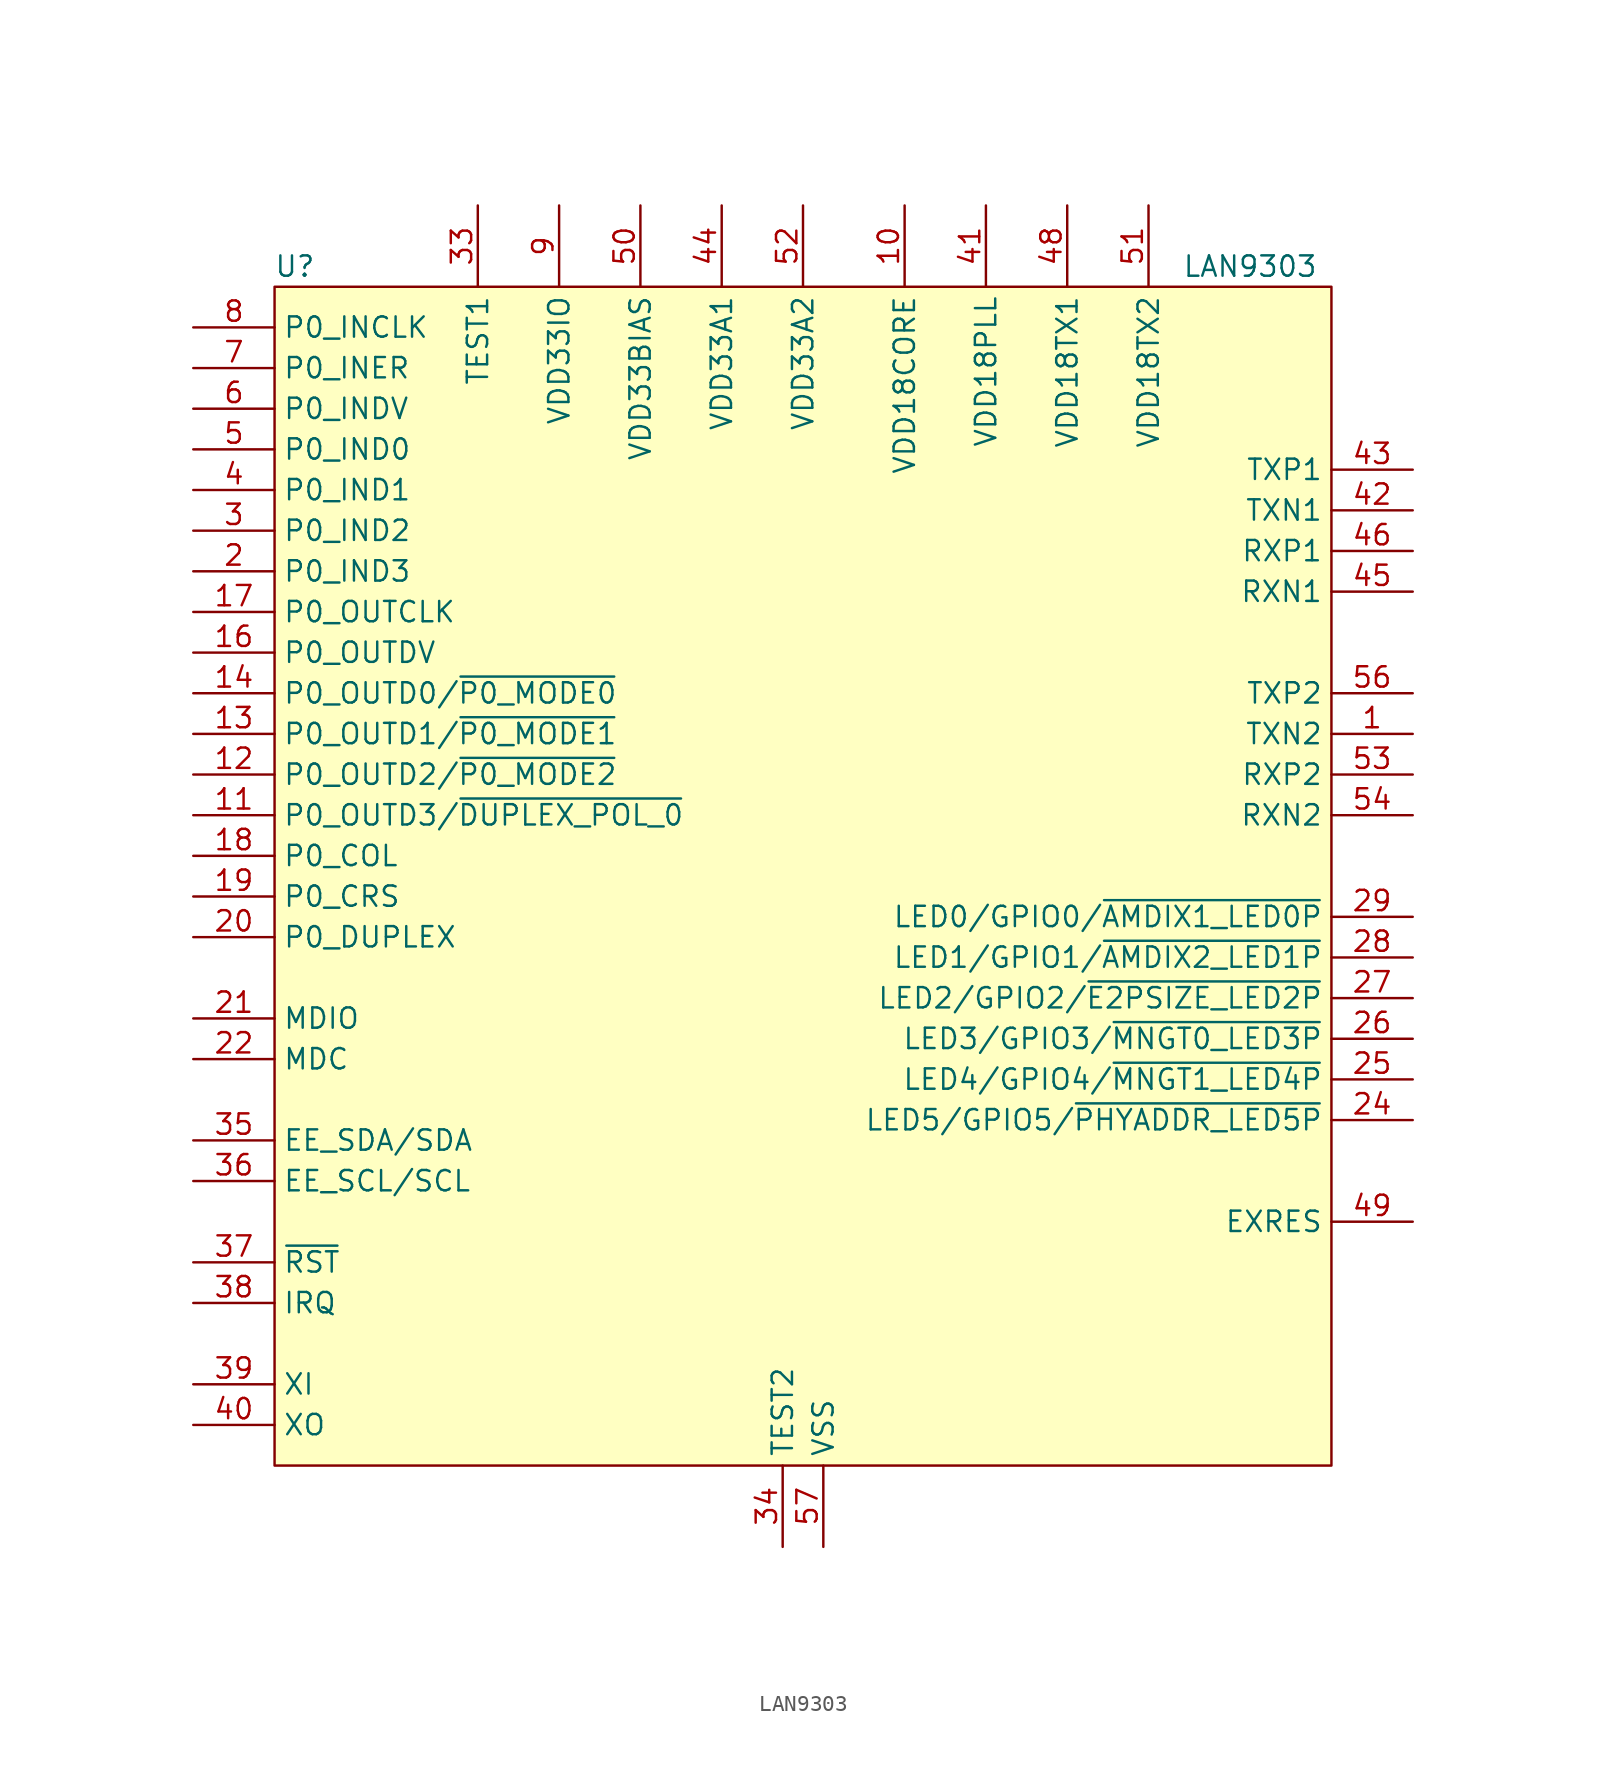
<source format=kicad_sym>
(kicad_symbol_lib
  (version 20231120)
  (generator "kicad_symbol_editor")
  (generator_version "8.0")
  (symbol "LAN9303"
    (property "Reference" "U"
      (at -31.75 38.1 0)
      (effects (font (size 1.27 1.27))))
    (property "Value" "LAN9303"
      (at 27.94 38.1 0)
      (effects (font (size 1.27 1.27))))
    (symbol "LAN9303_1_1"
      (rectangle (start -33.02 36.83) (end 33.02 -36.83) (stroke (width 0) (type default)) (fill (type background)))
      (pin passive line (at 38.1 8.89 180) (length 5.08) (name "TXN2" (effects (font (size 1.27 1.27)))) (number "1" (effects (font (size 1.27 1.27)))))
      (pin passive line (at 6.35 41.91 270) (length 5.08) (name "VDD18CORE" (effects (font (size 1.27 1.27)))) (number "10" (effects (font (size 1.27 1.27)))))
      (pin passive line (at -38.1 3.81 0) (length 5.08) (name "P0_OUTD3/~{DUPLEX_POL_0}" (effects (font (size 1.27 1.27)))) (number "11" (effects (font (size 1.27 1.27)))))
      (pin passive line (at -38.1 6.35 0) (length 5.08) (name "P0_OUTD2/~{P0_MODE2}" (effects (font (size 1.27 1.27)))) (number "12" (effects (font (size 1.27 1.27)))))
      (pin passive line (at -38.1 8.89 0) (length 5.08) (name "P0_OUTD1/~{P0_MODE1}" (effects (font (size 1.27 1.27)))) (number "13" (effects (font (size 1.27 1.27)))))
      (pin passive line (at -38.1 11.43 0) (length 5.08) (name "P0_OUTD0/~{P0_MODE0}" (effects (font (size 1.27 1.27)))) (number "14" (effects (font (size 1.27 1.27)))))
      (pin passive line (at -15.24 41.91 270) (length 5.08) hide (name "VDD33IO" (effects (font (size 1.27 1.27)))) (number "15" (effects (font (size 1.27 1.27)))))
      (pin passive line (at -38.1 13.97 0) (length 5.08) (name "P0_OUTDV" (effects (font (size 1.27 1.27)))) (number "16" (effects (font (size 1.27 1.27)))))
      (pin passive line (at -38.1 16.51 0) (length 5.08) (name "P0_OUTCLK" (effects (font (size 1.27 1.27)))) (number "17" (effects (font (size 1.27 1.27)))))
      (pin passive line (at -38.1 1.27 0) (length 5.08) (name "P0_COL" (effects (font (size 1.27 1.27)))) (number "18" (effects (font (size 1.27 1.27)))))
      (pin passive line (at -38.1 -1.27 0) (length 5.08) (name "P0_CRS" (effects (font (size 1.27 1.27)))) (number "19" (effects (font (size 1.27 1.27)))))
      (pin passive line (at -38.1 19.05 0) (length 5.08) (name "P0_IND3" (effects (font (size 1.27 1.27)))) (number "2" (effects (font (size 1.27 1.27)))))
      (pin passive line (at -38.1 -3.81 0) (length 5.08) (name "P0_DUPLEX" (effects (font (size 1.27 1.27)))) (number "20" (effects (font (size 1.27 1.27)))))
      (pin passive line (at -38.1 -8.89 0) (length 5.08) (name "MDIO" (effects (font (size 1.27 1.27)))) (number "21" (effects (font (size 1.27 1.27)))))
      (pin passive line (at -38.1 -11.43 0) (length 5.08) (name "MDC" (effects (font (size 1.27 1.27)))) (number "22" (effects (font (size 1.27 1.27)))))
      (pin passive line (at -15.24 41.91 270) (length 5.08) hide (name "VDD33IO" (effects (font (size 1.27 1.27)))) (number "23" (effects (font (size 1.27 1.27)))))
      (pin passive line (at 38.1 -15.24 180) (length 5.08) (name "LED5/GPIO5/~{PHYADDR_LED5P}" (effects (font (size 1.27 1.27)))) (number "24" (effects (font (size 1.27 1.27)))))
      (pin passive line (at 38.1 -12.7 180) (length 5.08) (name "LED4/GPIO4/~{MNGT1_LED4P}" (effects (font (size 1.27 1.27)))) (number "25" (effects (font (size 1.27 1.27)))))
      (pin passive line (at 38.1 -10.16 180) (length 5.08) (name "LED3/GPIO3/~{MNGT0_LED3P}" (effects (font (size 1.27 1.27)))) (number "26" (effects (font (size 1.27 1.27)))))
      (pin passive line (at 38.1 -7.62 180) (length 5.08) (name "LED2/GPIO2/~{E2PSIZE_LED2P}" (effects (font (size 1.27 1.27)))) (number "27" (effects (font (size 1.27 1.27)))))
      (pin passive line (at 38.1 -5.08 180) (length 5.08) (name "LED1/GPIO1/~{AMDIX2_LED1P}" (effects (font (size 1.27 1.27)))) (number "28" (effects (font (size 1.27 1.27)))))
      (pin passive line (at 38.1 -2.54 180) (length 5.08) (name "LED0/GPIO0/~{AMDIX1_LED0P}" (effects (font (size 1.27 1.27)))) (number "29" (effects (font (size 1.27 1.27)))))
      (pin passive line (at -38.1 21.59 0) (length 5.08) (name "P0_IND2" (effects (font (size 1.27 1.27)))) (number "3" (effects (font (size 1.27 1.27)))))
      (pin passive line (at -15.24 41.91 270) (length 5.08) hide (name "VDD33IO" (effects (font (size 1.27 1.27)))) (number "30" (effects (font (size 1.27 1.27)))))
      (pin passive line (at 6.35 41.91 270) (length 5.08) hide (name "VDD18CORE" (effects (font (size 1.27 1.27)))) (number "31" (effects (font (size 1.27 1.27)))))
      (pin passive line (at -15.24 41.91 270) (length 5.08) hide (name "VDD33IO" (effects (font (size 1.27 1.27)))) (number "32" (effects (font (size 1.27 1.27)))))
      (pin passive line (at -20.32 41.91 270) (length 5.08) (name "TEST1" (effects (font (size 1.27 1.27)))) (number "33" (effects (font (size 1.27 1.27)))))
      (pin passive line (at -1.27 -41.91 90) (length 5.08) (name "TEST2" (effects (font (size 1.27 1.27)))) (number "34" (effects (font (size 1.27 1.27)))))
      (pin passive line (at -38.1 -16.51 0) (length 5.08) (name "EE_SDA/SDA" (effects (font (size 1.27 1.27)))) (number "35" (effects (font (size 1.27 1.27)))))
      (pin passive line (at -38.1 -19.05 0) (length 5.08) (name "EE_SCL/SCL" (effects (font (size 1.27 1.27)))) (number "36" (effects (font (size 1.27 1.27)))))
      (pin passive line (at -38.1 -24.13 0) (length 5.08) (name "~{RST}" (effects (font (size 1.27 1.27)))) (number "37" (effects (font (size 1.27 1.27)))))
      (pin passive line (at -38.1 -26.67 0) (length 5.08) (name "IRQ" (effects (font (size 1.27 1.27)))) (number "38" (effects (font (size 1.27 1.27)))))
      (pin passive line (at -38.1 -31.75 0) (length 5.08) (name "XI" (effects (font (size 1.27 1.27)))) (number "39" (effects (font (size 1.27 1.27)))))
      (pin passive line (at -38.1 24.13 0) (length 5.08) (name "P0_IND1" (effects (font (size 1.27 1.27)))) (number "4" (effects (font (size 1.27 1.27)))))
      (pin passive line (at -38.1 -34.29 0) (length 5.08) (name "XO" (effects (font (size 1.27 1.27)))) (number "40" (effects (font (size 1.27 1.27)))))
      (pin passive line (at 11.43 41.91 270) (length 5.08) (name "VDD18PLL" (effects (font (size 1.27 1.27)))) (number "41" (effects (font (size 1.27 1.27)))))
      (pin passive line (at 38.1 22.86 180) (length 5.08) (name "TXN1" (effects (font (size 1.27 1.27)))) (number "42" (effects (font (size 1.27 1.27)))))
      (pin passive line (at 38.1 25.4 180) (length 5.08) (name "TXP1" (effects (font (size 1.27 1.27)))) (number "43" (effects (font (size 1.27 1.27)))))
      (pin passive line (at -5.08 41.91 270) (length 5.08) (name "VDD33A1" (effects (font (size 1.27 1.27)))) (number "44" (effects (font (size 1.27 1.27)))))
      (pin passive line (at 38.1 17.78 180) (length 5.08) (name "RXN1" (effects (font (size 1.27 1.27)))) (number "45" (effects (font (size 1.27 1.27)))))
      (pin passive line (at 38.1 20.32 180) (length 5.08) (name "RXP1" (effects (font (size 1.27 1.27)))) (number "46" (effects (font (size 1.27 1.27)))))
      (pin passive line (at -5.08 41.91 270) (length 5.08) hide (name "VDD33A1" (effects (font (size 1.27 1.27)))) (number "47" (effects (font (size 1.27 1.27)))))
      (pin passive line (at 16.51 41.91 270) (length 5.08) (name "VDD18TX1" (effects (font (size 1.27 1.27)))) (number "48" (effects (font (size 1.27 1.27)))))
      (pin passive line (at 38.1 -21.59 180) (length 5.08) (name "EXRES" (effects (font (size 1.27 1.27)))) (number "49" (effects (font (size 1.27 1.27)))))
      (pin passive line (at -38.1 26.67 0) (length 5.08) (name "P0_IND0" (effects (font (size 1.27 1.27)))) (number "5" (effects (font (size 1.27 1.27)))))
      (pin passive line (at -10.16 41.91 270) (length 5.08) (name "VDD33BIAS" (effects (font (size 1.27 1.27)))) (number "50" (effects (font (size 1.27 1.27)))))
      (pin passive line (at 21.59 41.91 270) (length 5.08) (name "VDD18TX2" (effects (font (size 1.27 1.27)))) (number "51" (effects (font (size 1.27 1.27)))))
      (pin passive line (at 0 41.91 270) (length 5.08) (name "VDD33A2" (effects (font (size 1.27 1.27)))) (number "52" (effects (font (size 1.27 1.27)))))
      (pin passive line (at 38.1 6.35 180) (length 5.08) (name "RXP2" (effects (font (size 1.27 1.27)))) (number "53" (effects (font (size 1.27 1.27)))))
      (pin passive line (at 38.1 3.81 180) (length 5.08) (name "RXN2" (effects (font (size 1.27 1.27)))) (number "54" (effects (font (size 1.27 1.27)))))
      (pin passive line (at 0 41.91 270) (length 5.08) hide (name "VDD33A2" (effects (font (size 1.27 1.27)))) (number "55" (effects (font (size 1.27 1.27)))))
      (pin passive line (at 38.1 11.43 180) (length 5.08) (name "TXP2" (effects (font (size 1.27 1.27)))) (number "56" (effects (font (size 1.27 1.27)))))
      (pin passive line (at 1.27 -41.91 90) (length 5.08) (name "VSS" (effects (font (size 1.27 1.27)))) (number "57" (effects (font (size 1.27 1.27)))))
      (pin passive line (at -38.1 29.21 0) (length 5.08) (name "P0_INDV" (effects (font (size 1.27 1.27)))) (number "6" (effects (font (size 1.27 1.27)))))
      (pin passive line (at -38.1 31.75 0) (length 5.08) (name "P0_INER" (effects (font (size 1.27 1.27)))) (number "7" (effects (font (size 1.27 1.27)))))
      (pin passive line (at -38.1 34.29 0) (length 5.08) (name "P0_INCLK" (effects (font (size 1.27 1.27)))) (number "8" (effects (font (size 1.27 1.27)))))
      (pin passive line (at -15.24 41.91 270) (length 5.08) (name "VDD33IO" (effects (font (size 1.27 1.27)))) (number "9" (effects (font (size 1.27 1.27))))))))
</source>
